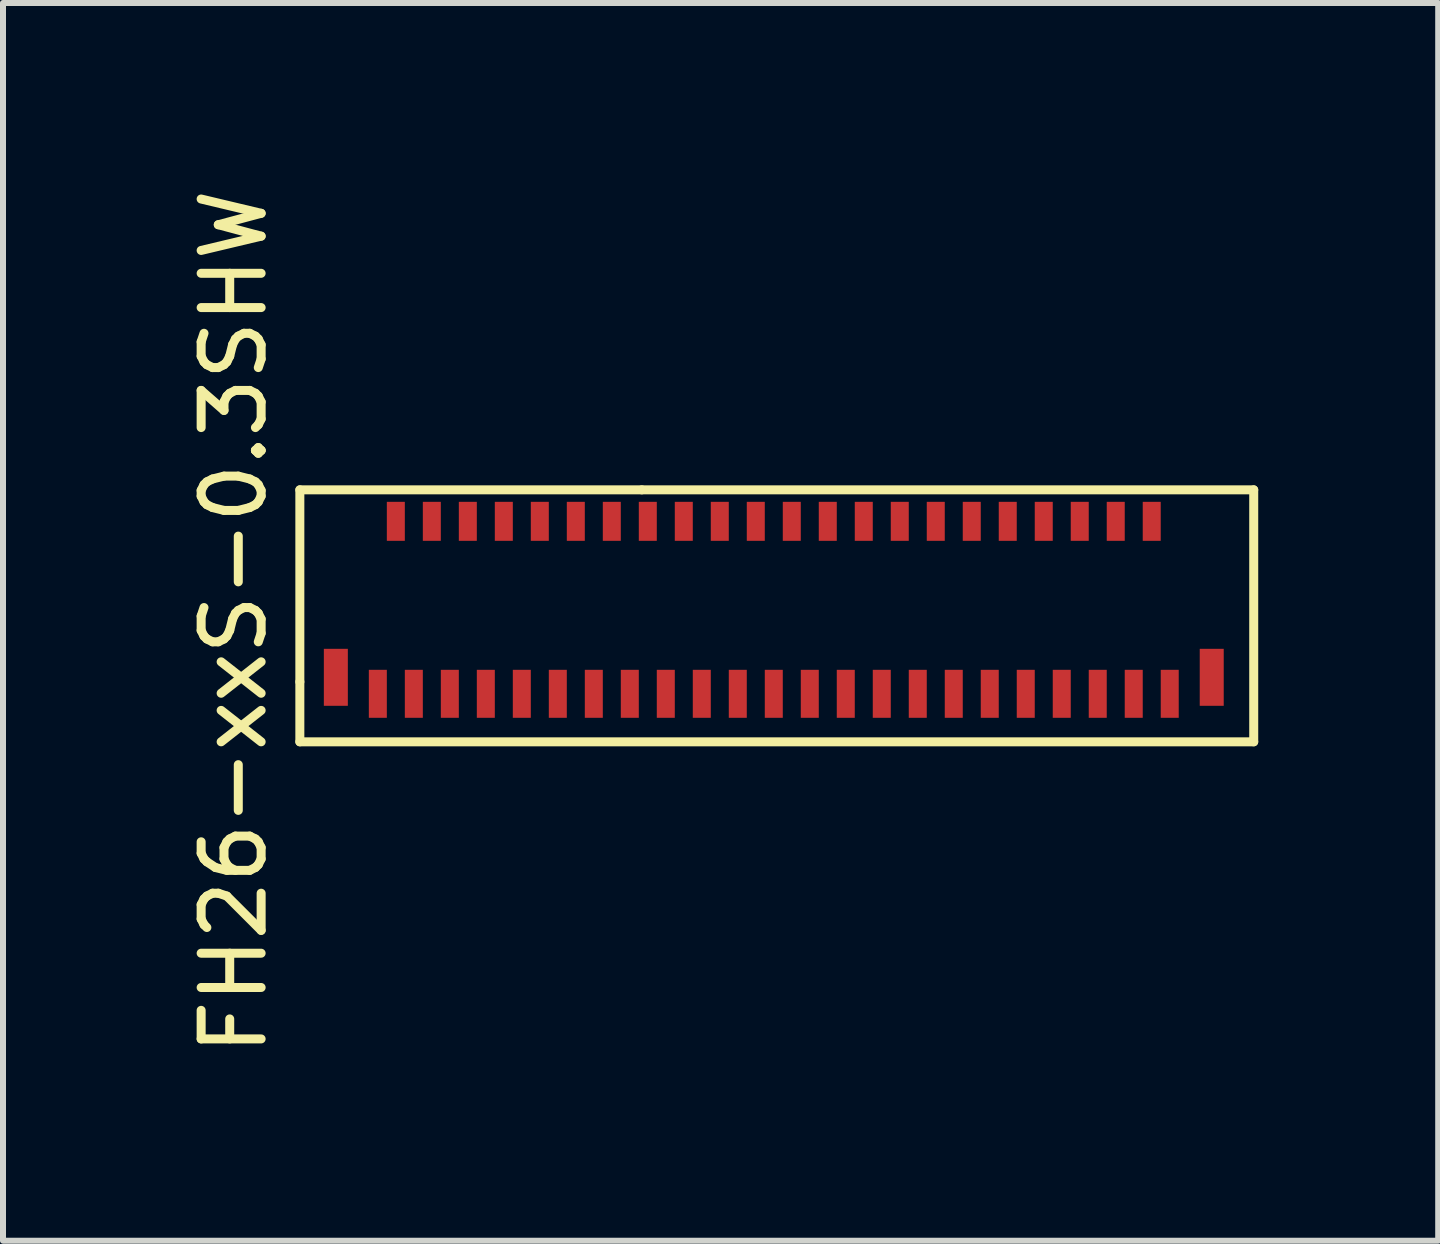
<source format=kicad_pcb>
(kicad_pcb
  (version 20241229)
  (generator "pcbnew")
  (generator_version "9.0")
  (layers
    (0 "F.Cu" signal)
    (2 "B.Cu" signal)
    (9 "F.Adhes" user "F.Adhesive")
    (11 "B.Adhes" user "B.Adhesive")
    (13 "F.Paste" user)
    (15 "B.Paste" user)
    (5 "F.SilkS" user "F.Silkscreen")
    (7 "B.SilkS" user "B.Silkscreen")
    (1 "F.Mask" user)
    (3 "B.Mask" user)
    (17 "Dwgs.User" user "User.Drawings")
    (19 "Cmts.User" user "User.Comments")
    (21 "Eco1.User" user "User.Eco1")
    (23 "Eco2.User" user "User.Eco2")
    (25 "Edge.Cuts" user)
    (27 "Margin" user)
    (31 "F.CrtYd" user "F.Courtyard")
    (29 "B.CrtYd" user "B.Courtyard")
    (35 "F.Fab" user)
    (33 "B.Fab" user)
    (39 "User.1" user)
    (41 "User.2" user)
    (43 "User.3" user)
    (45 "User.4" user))
  (footprint "FH26-xxS-0.3SHW"
    (layer "F.Cu")
    (at 3.248 8.515)
    (property "Reference" "FH26-xxS-0.3SHW" (at -2.4 -1.2 90) (layer "F.SilkS") (effects (font (size 1 1) (thickness 0.15))))
    (attr through_hole)
    (fp_line (start -1.3 -3.4) (end 4.4 -3.4) (stroke (width 0.15) (type solid)) (layer "F.SilkS"))
    (fp_line (start -1.3 -0.2) (end -1.3 -3.4) (stroke (width 0.15) (type solid)) (layer "F.SilkS"))
    (fp_line (start -1.3 0.8) (end -1.3 -0.2) (stroke (width 0.15) (type solid)) (layer "F.SilkS"))
    (fp_line (start 4.4 -3.4) (end 14.6 -3.4) (stroke (width 0.15) (type solid)) (layer "F.SilkS"))
    (fp_line (start 14.6 -3.4) (end 14.6 0.8) (stroke (width 0.15) (type solid)) (layer "F.SilkS"))
    (fp_line (start 14.6 0.8) (end -1.3 0.8) (stroke (width 0.15) (type solid)) (layer "F.SilkS"))
    (pad "1" connect rect (at 0 0) (size 0.3 0.8) (layers "F.Cu" "F.Mask"))
    (pad "2" connect rect (at 0.3 -2.875) (size 0.3 0.65) (layers "F.Cu" "F.Mask"))
    (pad "3" connect rect (at 0.6 0) (size 0.3 0.8) (layers "F.Cu" "F.Mask"))
    (pad "4" connect rect (at 0.9 -2.875) (size 0.3 0.65) (layers "F.Cu" "F.Mask"))
    (pad "5" connect rect (at 1.2 0) (size 0.3 0.8) (layers "F.Cu" "F.Mask"))
    (pad "6" connect rect (at 1.5 -2.875) (size 0.3 0.65) (layers "F.Cu" "F.Mask"))
    (pad "7" connect rect (at 1.8 0) (size 0.3 0.8) (layers "F.Cu" "F.Mask"))
    (pad "8" connect rect (at 2.1 -2.875) (size 0.3 0.65) (layers "F.Cu" "F.Mask"))
    (pad "9" connect rect (at 2.4 0) (size 0.3 0.8) (layers "F.Cu" "F.Mask"))
    (pad "10" connect rect (at 2.7 -2.875) (size 0.3 0.65) (layers "F.Cu" "F.Mask"))
    (pad "11" connect rect (at 3 0) (size 0.3 0.8) (layers "F.Cu" "F.Mask"))
    (pad "12" connect rect (at 3.3 -2.875) (size 0.3 0.65) (layers "F.Cu" "F.Mask"))
    (pad "13" connect rect (at 3.6 0) (size 0.3 0.8) (layers "F.Cu" "F.Mask"))
    (pad "14" connect rect (at 3.9 -2.875) (size 0.3 0.65) (layers "F.Cu" "F.Mask"))
    (pad "15" connect rect (at 4.2 0) (size 0.3 0.8) (layers "F.Cu" "F.Mask"))
    (pad "16" connect rect (at 4.5 -2.875) (size 0.3 0.65) (layers "F.Cu" "F.Mask"))
    (pad "17" connect rect (at 4.8 0) (size 0.3 0.8) (layers "F.Cu" "F.Mask"))
    (pad "18" connect rect (at 5.1 -2.875) (size 0.3 0.65) (layers "F.Cu" "F.Mask"))
    (pad "19" connect rect (at 5.4 0) (size 0.3 0.8) (layers "F.Cu" "F.Mask"))
    (pad "20" connect rect (at 5.7 -2.875) (size 0.3 0.65) (layers "F.Cu" "F.Mask"))
    (pad "21" connect rect (at 6 0) (size 0.3 0.8) (layers "F.Cu" "F.Mask"))
    (pad "22" connect rect (at 6.3 -2.875) (size 0.3 0.65) (layers "F.Cu" "F.Mask"))
    (pad "23" connect rect (at 6.6 0) (size 0.3 0.8) (layers "F.Cu" "F.Mask"))
    (pad "24" connect rect (at 6.9 -2.875) (size 0.3 0.65) (layers "F.Cu" "F.Mask"))
    (pad "25" connect rect (at 7.2 0) (size 0.3 0.8) (layers "F.Cu" "F.Mask"))
    (pad "26" connect rect (at 7.5 -2.875) (size 0.3 0.65) (layers "F.Cu" "F.Mask"))
    (pad "27" connect rect (at 7.8 0) (size 0.3 0.8) (layers "F.Cu" "F.Mask"))
    (pad "28" connect rect (at 8.1 -2.875) (size 0.3 0.65) (layers "F.Cu" "F.Mask"))
    (pad "29" connect rect (at 8.4 0) (size 0.3 0.8) (layers "F.Cu" "F.Mask"))
    (pad "30" connect rect (at 8.7 -2.875) (size 0.3 0.65) (layers "F.Cu" "F.Mask"))
    (pad "31" connect rect (at 9 0) (size 0.3 0.8) (layers "F.Cu" "F.Mask"))
    (pad "32" connect rect (at 9.3 -2.875) (size 0.3 0.65) (layers "F.Cu" "F.Mask"))
    (pad "33" connect rect (at 9.6 0) (size 0.3 0.8) (layers "F.Cu" "F.Mask"))
    (pad "34" connect rect (at 9.9 -2.875) (size 0.3 0.65) (layers "F.Cu" "F.Mask"))
    (pad "35" connect rect (at 10.2 0) (size 0.3 0.8) (layers "F.Cu" "F.Mask"))
    (pad "36" connect rect (at 10.5 -2.875) (size 0.3 0.65) (layers "F.Cu" "F.Mask"))
    (pad "37" connect rect (at 10.8 0) (size 0.3 0.8) (layers "F.Cu" "F.Mask"))
    (pad "38" connect rect (at 11.1 -2.875) (size 0.3 0.65) (layers "F.Cu" "F.Mask"))
    (pad "39" connect rect (at 11.4 0) (size 0.3 0.8) (layers "F.Cu" "F.Mask"))
    (pad "40" connect rect (at 11.7 -2.875) (size 0.3 0.65) (layers "F.Cu" "F.Mask"))
    (pad "41" connect rect (at 12 0) (size 0.3 0.8) (layers "F.Cu" "F.Mask"))
    (pad "42" connect rect (at 12.3 -2.875) (size 0.3 0.65) (layers "F.Cu" "F.Mask"))
    (pad "43" connect rect (at 12.6 0) (size 0.3 0.8) (layers "F.Cu" "F.Mask"))
    (pad "44" connect rect (at 12.9 -2.875) (size 0.3 0.65) (layers "F.Cu" "F.Mask"))
    (pad "45" connect rect (at 13.2 0) (size 0.3 0.8) (layers "F.Cu" "F.Mask"))
    (pad "P1" connect rect (at -0.7 -0.275) (size 0.4 0.95) (layers "F.Cu" "F.Mask"))
    (pad "P2" connect rect (at 13.9 -0.275) (size 0.4 0.95) (layers "F.Cu" "F.Mask")))
  (gr_rect
    (start -3 -3)
    (end 20.923 17.631)
    (stroke (width 0.1) (type default))
    (fill no)
    (layer "Edge.Cuts")))
</source>
